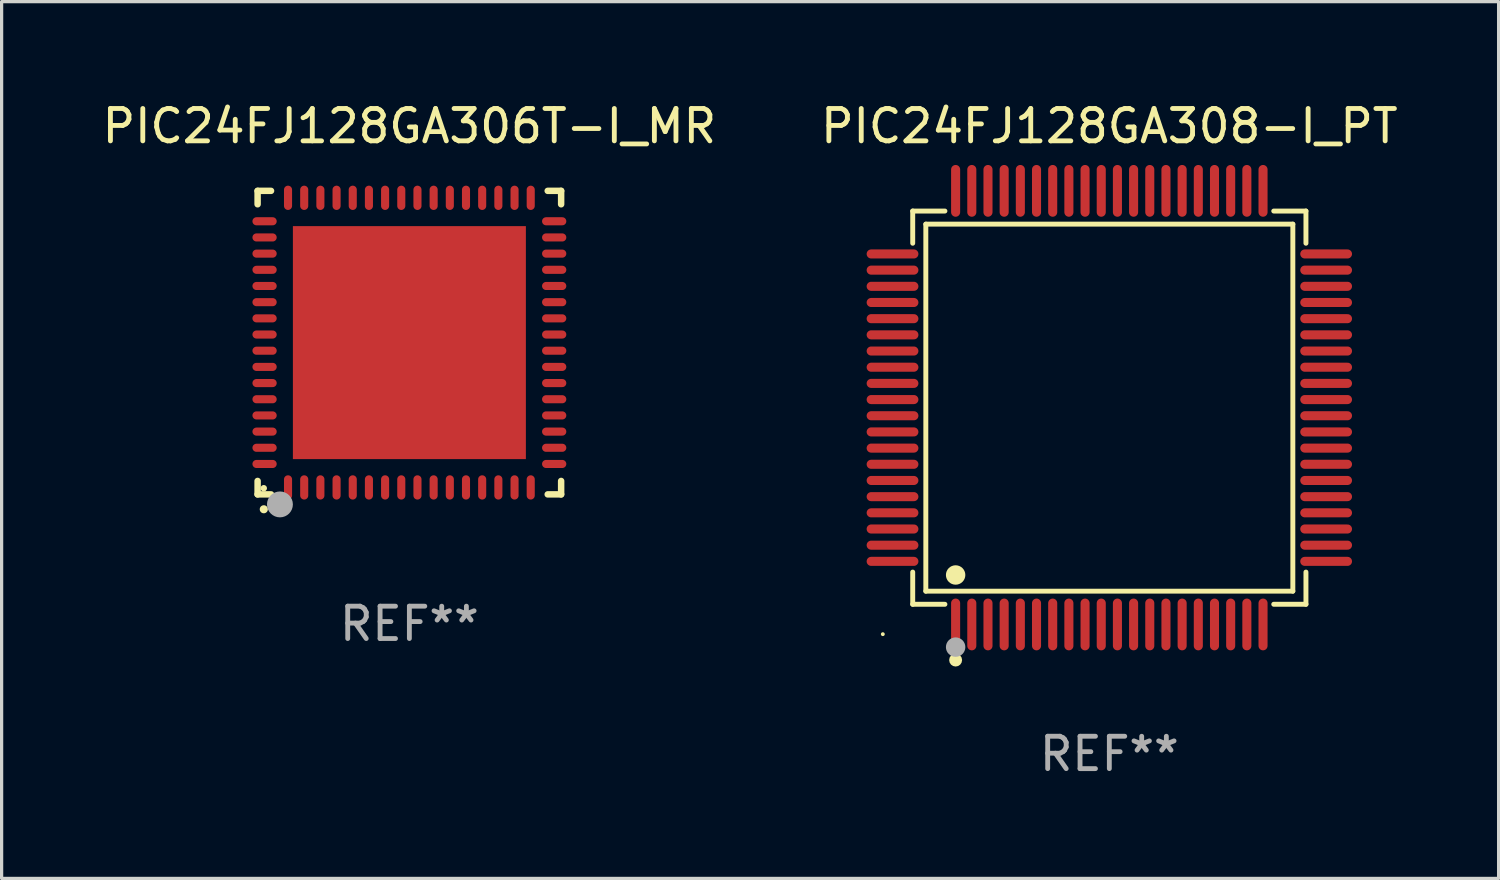
<source format=kicad_pcb>
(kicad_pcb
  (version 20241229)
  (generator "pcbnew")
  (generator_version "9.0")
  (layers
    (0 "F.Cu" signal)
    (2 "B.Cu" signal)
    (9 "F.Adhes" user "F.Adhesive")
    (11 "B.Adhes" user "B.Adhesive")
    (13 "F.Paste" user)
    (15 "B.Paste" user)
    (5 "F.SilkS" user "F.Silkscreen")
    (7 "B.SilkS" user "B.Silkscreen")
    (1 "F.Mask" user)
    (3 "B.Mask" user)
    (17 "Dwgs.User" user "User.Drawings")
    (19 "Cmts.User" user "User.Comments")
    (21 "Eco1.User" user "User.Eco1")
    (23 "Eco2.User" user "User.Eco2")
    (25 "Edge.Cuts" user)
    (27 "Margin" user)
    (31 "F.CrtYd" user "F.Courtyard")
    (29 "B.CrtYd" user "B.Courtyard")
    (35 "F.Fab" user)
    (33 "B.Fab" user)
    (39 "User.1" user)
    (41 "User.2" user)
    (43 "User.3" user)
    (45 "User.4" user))
  (footprint "PIC24FJ128GA308-I_PT"
    (layer "F.Cu")
    (at 31.232 9.548)
    (property "Reference" "PIC24FJ128GA308-I_PT" (at 0 -8.7 0) (layer "F.SilkS") (effects (font (size 1 1) (thickness 0.15))))
    (attr through_hole)
    (fp_line (start -6.076 -6.076) (end -5.081 -6.076) (stroke (width 0.152) (type solid)) (layer "F.SilkS"))
    (fp_line (start -6.076 -5.081) (end -6.076 -6.076) (stroke (width 0.152) (type solid)) (layer "F.SilkS"))
    (fp_line (start -6.076 5.081) (end -6.076 6.076) (stroke (width 0.152) (type solid)) (layer "F.SilkS"))
    (fp_line (start -6.076 6.076) (end -5.081 6.076) (stroke (width 0.152) (type solid)) (layer "F.SilkS"))
    (fp_line (start -5.671 -5.671) (end 5.671 -5.671) (stroke (width 0.152) (type solid)) (layer "F.SilkS"))
    (fp_line (start -5.671 5.671) (end -5.671 -5.671) (stroke (width 0.152) (type solid)) (layer "F.SilkS"))
    (fp_line (start 5.671 -5.671) (end 5.671 5.671) (stroke (width 0.152) (type solid)) (layer "F.SilkS"))
    (fp_line (start 5.671 5.671) (end -5.671 5.671) (stroke (width 0.152) (type solid)) (layer "F.SilkS"))
    (fp_line (start 6.076 -6.076) (end 5.081 -6.076) (stroke (width 0.152) (type solid)) (layer "F.SilkS"))
    (fp_line (start 6.076 -5.081) (end 6.076 -6.076) (stroke (width 0.152) (type solid)) (layer "F.SilkS"))
    (fp_line (start 6.076 5.081) (end 6.076 6.076) (stroke (width 0.152) (type solid)) (layer "F.SilkS"))
    (fp_line (start 6.076 6.076) (end 5.081 6.076) (stroke (width 0.152) (type solid)) (layer "F.SilkS"))
    (fp_circle (center -7 7) (end -6.97 7) (stroke (width 0.06) (type solid)) (fill no) (layer "F.SilkS"))
    (fp_circle (center -4.75 5.171) (end -4.6 5.171) (stroke (width 0.3) (type solid)) (fill no) (layer "F.SilkS"))
    (fp_circle (center -4.75 7.8) (end -4.65 7.8) (stroke (width 0.2) (type solid)) (fill no) (layer "F.SilkS"))
    (fp_circle (center -4.75 7.4) (end -4.6 7.4) (stroke (width 0.3) (type solid)) (fill no) (layer "F.Fab"))
    (fp_text user "REF**" (at 0 10.7 0) (layer "F.Fab") (effects (font (size 1 1) (thickness 0.15))))
    (pad "1" smd oval (at -4.75 6.7) (size 0.28 1.6) (layers "F.Cu" "F.Mask" "F.Paste"))
    (pad "2" smd oval (at -4.25 6.7) (size 0.28 1.6) (layers "F.Cu" "F.Mask" "F.Paste"))
    (pad "3" smd oval (at -3.75 6.7) (size 0.28 1.6) (layers "F.Cu" "F.Mask" "F.Paste"))
    (pad "4" smd oval (at -3.25 6.7) (size 0.28 1.6) (layers "F.Cu" "F.Mask" "F.Paste"))
    (pad "5" smd oval (at -2.75 6.7) (size 0.28 1.6) (layers "F.Cu" "F.Mask" "F.Paste"))
    (pad "6" smd oval (at -2.25 6.7) (size 0.28 1.6) (layers "F.Cu" "F.Mask" "F.Paste"))
    (pad "7" smd oval (at -1.75 6.7) (size 0.28 1.6) (layers "F.Cu" "F.Mask" "F.Paste"))
    (pad "8" smd oval (at -1.25 6.7) (size 0.28 1.6) (layers "F.Cu" "F.Mask" "F.Paste"))
    (pad "9" smd oval (at -0.75 6.7) (size 0.28 1.6) (layers "F.Cu" "F.Mask" "F.Paste"))
    (pad "10" smd oval (at -0.25 6.7) (size 0.28 1.6) (layers "F.Cu" "F.Mask" "F.Paste"))
    (pad "11" smd oval (at 0.25 6.7) (size 0.28 1.6) (layers "F.Cu" "F.Mask" "F.Paste"))
    (pad "12" smd oval (at 0.75 6.7) (size 0.28 1.6) (layers "F.Cu" "F.Mask" "F.Paste"))
    (pad "13" smd oval (at 1.25 6.7) (size 0.28 1.6) (layers "F.Cu" "F.Mask" "F.Paste"))
    (pad "14" smd oval (at 1.75 6.7) (size 0.28 1.6) (layers "F.Cu" "F.Mask" "F.Paste"))
    (pad "15" smd oval (at 2.25 6.7) (size 0.28 1.6) (layers "F.Cu" "F.Mask" "F.Paste"))
    (pad "16" smd oval (at 2.75 6.7) (size 0.28 1.6) (layers "F.Cu" "F.Mask" "F.Paste"))
    (pad "17" smd oval (at 3.25 6.7) (size 0.28 1.6) (layers "F.Cu" "F.Mask" "F.Paste"))
    (pad "18" smd oval (at 3.75 6.7) (size 0.28 1.6) (layers "F.Cu" "F.Mask" "F.Paste"))
    (pad "19" smd oval (at 4.25 6.7) (size 0.28 1.6) (layers "F.Cu" "F.Mask" "F.Paste"))
    (pad "20" smd oval (at 4.75 6.7) (size 0.28 1.6) (layers "F.Cu" "F.Mask" "F.Paste"))
    (pad "21" smd oval (at 6.7 4.75) (size 1.6 0.28) (layers "F.Cu" "F.Mask" "F.Paste"))
    (pad "22" smd oval (at 6.7 4.25) (size 1.6 0.28) (layers "F.Cu" "F.Mask" "F.Paste"))
    (pad "23" smd oval (at 6.7 3.75) (size 1.6 0.28) (layers "F.Cu" "F.Mask" "F.Paste"))
    (pad "24" smd oval (at 6.7 3.25) (size 1.6 0.28) (layers "F.Cu" "F.Mask" "F.Paste"))
    (pad "25" smd oval (at 6.7 2.75) (size 1.6 0.28) (layers "F.Cu" "F.Mask" "F.Paste"))
    (pad "26" smd oval (at 6.7 2.25) (size 1.6 0.28) (layers "F.Cu" "F.Mask" "F.Paste"))
    (pad "27" smd oval (at 6.7 1.75) (size 1.6 0.28) (layers "F.Cu" "F.Mask" "F.Paste"))
    (pad "28" smd oval (at 6.7 1.25) (size 1.6 0.28) (layers "F.Cu" "F.Mask" "F.Paste"))
    (pad "29" smd oval (at 6.7 0.75) (size 1.6 0.28) (layers "F.Cu" "F.Mask" "F.Paste"))
    (pad "30" smd oval (at 6.7 0.25) (size 1.6 0.28) (layers "F.Cu" "F.Mask" "F.Paste"))
    (pad "31" smd oval (at 6.7 -0.25) (size 1.6 0.28) (layers "F.Cu" "F.Mask" "F.Paste"))
    (pad "32" smd oval (at 6.7 -0.75) (size 1.6 0.28) (layers "F.Cu" "F.Mask" "F.Paste"))
    (pad "33" smd oval (at 6.7 -1.25) (size 1.6 0.28) (layers "F.Cu" "F.Mask" "F.Paste"))
    (pad "34" smd oval (at 6.7 -1.75) (size 1.6 0.28) (layers "F.Cu" "F.Mask" "F.Paste"))
    (pad "35" smd oval (at 6.7 -2.25) (size 1.6 0.28) (layers "F.Cu" "F.Mask" "F.Paste"))
    (pad "36" smd oval (at 6.7 -2.75) (size 1.6 0.28) (layers "F.Cu" "F.Mask" "F.Paste"))
    (pad "37" smd oval (at 6.7 -3.25) (size 1.6 0.28) (layers "F.Cu" "F.Mask" "F.Paste"))
    (pad "38" smd oval (at 6.7 -3.75) (size 1.6 0.28) (layers "F.Cu" "F.Mask" "F.Paste"))
    (pad "39" smd oval (at 6.7 -4.25) (size 1.6 0.28) (layers "F.Cu" "F.Mask" "F.Paste"))
    (pad "40" smd oval (at 6.7 -4.75) (size 1.6 0.28) (layers "F.Cu" "F.Mask" "F.Paste"))
    (pad "41" smd oval (at 4.75 -6.7) (size 0.28 1.6) (layers "F.Cu" "F.Mask" "F.Paste"))
    (pad "42" smd oval (at 4.25 -6.7) (size 0.28 1.6) (layers "F.Cu" "F.Mask" "F.Paste"))
    (pad "43" smd oval (at 3.75 -6.7) (size 0.28 1.6) (layers "F.Cu" "F.Mask" "F.Paste"))
    (pad "44" smd oval (at 3.25 -6.7) (size 0.28 1.6) (layers "F.Cu" "F.Mask" "F.Paste"))
    (pad "45" smd oval (at 2.75 -6.7) (size 0.28 1.6) (layers "F.Cu" "F.Mask" "F.Paste"))
    (pad "46" smd oval (at 2.25 -6.7) (size 0.28 1.6) (layers "F.Cu" "F.Mask" "F.Paste"))
    (pad "47" smd oval (at 1.75 -6.7) (size 0.28 1.6) (layers "F.Cu" "F.Mask" "F.Paste"))
    (pad "48" smd oval (at 1.25 -6.7) (size 0.28 1.6) (layers "F.Cu" "F.Mask" "F.Paste"))
    (pad "49" smd oval (at 0.75 -6.7) (size 0.28 1.6) (layers "F.Cu" "F.Mask" "F.Paste"))
    (pad "50" smd oval (at 0.25 -6.7) (size 0.28 1.6) (layers "F.Cu" "F.Mask" "F.Paste"))
    (pad "51" smd oval (at -0.25 -6.7) (size 0.28 1.6) (layers "F.Cu" "F.Mask" "F.Paste"))
    (pad "52" smd oval (at -0.75 -6.7) (size 0.28 1.6) (layers "F.Cu" "F.Mask" "F.Paste"))
    (pad "53" smd oval (at -1.25 -6.7) (size 0.28 1.6) (layers "F.Cu" "F.Mask" "F.Paste"))
    (pad "54" smd oval (at -1.75 -6.7) (size 0.28 1.6) (layers "F.Cu" "F.Mask" "F.Paste"))
    (pad "55" smd oval (at -2.25 -6.7) (size 0.28 1.6) (layers "F.Cu" "F.Mask" "F.Paste"))
    (pad "56" smd oval (at -2.75 -6.7) (size 0.28 1.6) (layers "F.Cu" "F.Mask" "F.Paste"))
    (pad "57" smd oval (at -3.25 -6.7) (size 0.28 1.6) (layers "F.Cu" "F.Mask" "F.Paste"))
    (pad "58" smd oval (at -3.75 -6.7) (size 0.28 1.6) (layers "F.Cu" "F.Mask" "F.Paste"))
    (pad "59" smd oval (at -4.25 -6.7) (size 0.28 1.6) (layers "F.Cu" "F.Mask" "F.Paste"))
    (pad "60" smd oval (at -4.75 -6.7) (size 0.28 1.6) (layers "F.Cu" "F.Mask" "F.Paste"))
    (pad "61" smd oval (at -6.7 -4.75) (size 1.6 0.28) (layers "F.Cu" "F.Mask" "F.Paste"))
    (pad "62" smd oval (at -6.7 -4.25) (size 1.6 0.28) (layers "F.Cu" "F.Mask" "F.Paste"))
    (pad "63" smd oval (at -6.7 -3.75) (size 1.6 0.28) (layers "F.Cu" "F.Mask" "F.Paste"))
    (pad "64" smd oval (at -6.7 -3.25) (size 1.6 0.28) (layers "F.Cu" "F.Mask" "F.Paste"))
    (pad "65" smd oval (at -6.7 -2.75) (size 1.6 0.28) (layers "F.Cu" "F.Mask" "F.Paste"))
    (pad "66" smd oval (at -6.7 -2.25) (size 1.6 0.28) (layers "F.Cu" "F.Mask" "F.Paste"))
    (pad "67" smd oval (at -6.7 -1.75) (size 1.6 0.28) (layers "F.Cu" "F.Mask" "F.Paste"))
    (pad "68" smd oval (at -6.7 -1.25) (size 1.6 0.28) (layers "F.Cu" "F.Mask" "F.Paste"))
    (pad "69" smd oval (at -6.7 -0.75) (size 1.6 0.28) (layers "F.Cu" "F.Mask" "F.Paste"))
    (pad "70" smd oval (at -6.7 -0.25) (size 1.6 0.28) (layers "F.Cu" "F.Mask" "F.Paste"))
    (pad "71" smd oval (at -6.7 0.25) (size 1.6 0.28) (layers "F.Cu" "F.Mask" "F.Paste"))
    (pad "72" smd oval (at -6.7 0.75) (size 1.6 0.28) (layers "F.Cu" "F.Mask" "F.Paste"))
    (pad "73" smd oval (at -6.7 1.25) (size 1.6 0.28) (layers "F.Cu" "F.Mask" "F.Paste"))
    (pad "74" smd oval (at -6.7 1.75) (size 1.6 0.28) (layers "F.Cu" "F.Mask" "F.Paste"))
    (pad "75" smd oval (at -6.7 2.25) (size 1.6 0.28) (layers "F.Cu" "F.Mask" "F.Paste"))
    (pad "76" smd oval (at -6.7 2.75) (size 1.6 0.28) (layers "F.Cu" "F.Mask" "F.Paste"))
    (pad "77" smd oval (at -6.7 3.25) (size 1.6 0.28) (layers "F.Cu" "F.Mask" "F.Paste"))
    (pad "78" smd oval (at -6.7 3.75) (size 1.6 0.28) (layers "F.Cu" "F.Mask" "F.Paste"))
    (pad "79" smd oval (at -6.7 4.25) (size 1.6 0.28) (layers "F.Cu" "F.Mask" "F.Paste"))
    (pad "80" smd oval (at -6.7 4.75) (size 1.6 0.28) (layers "F.Cu" "F.Mask" "F.Paste")))
  (footprint "PIC24FJ128GA306T-I_MR"
    (layer "F.Cu")
    (at 9.601 7.538)
    (property "Reference" "PIC24FJ128GA306T-I_MR" (at 0 -6.69 0) (layer "F.SilkS") (effects (font (size 1 1) (thickness 0.15))))
    (attr through_hole)
    (fp_line (start -4.69 -4.69) (end -4.275 -4.69) (stroke (width 0.2) (type solid)) (layer "F.SilkS"))
    (fp_line (start -4.69 -4.275) (end -4.69 -4.69) (stroke (width 0.2) (type solid)) (layer "F.SilkS"))
    (fp_line (start -4.69 4.69) (end -4.69 4.275) (stroke (width 0.2) (type solid)) (layer "F.SilkS"))
    (fp_line (start -4.275 4.69) (end -4.69 4.69) (stroke (width 0.2) (type solid)) (layer "F.SilkS"))
    (fp_line (start 4.275 4.69) (end 4.69 4.69) (stroke (width 0.2) (type solid)) (layer "F.SilkS"))
    (fp_line (start 4.69 -4.69) (end 4.275 -4.69) (stroke (width 0.2) (type solid)) (layer "F.SilkS"))
    (fp_line (start 4.69 -4.275) (end 4.69 -4.69) (stroke (width 0.2) (type solid)) (layer "F.SilkS"))
    (fp_line (start 4.69 4.69) (end 4.69 4.275) (stroke (width 0.2) (type solid)) (layer "F.SilkS"))
    (fp_arc (start -4.499886 5.15) (mid -4.498616 5.149994) (end -4.497346 5.15) (stroke (width 0.24892) (type solid)) (layer "F.SilkS"))
    (fp_circle (center -4.5 4.5) (end -4.45 4.5) (stroke (width 0.1) (type solid)) (fill no) (layer "F.SilkS"))
    (fp_circle (center -4 5) (end -3.8 5) (stroke (width 0.4) (type solid)) (fill no) (layer "F.Fab"))
    (fp_text user "REF**" (at 0 8.69 0) (layer "F.Fab") (effects (font (size 1 1) (thickness 0.15))))
    (pad "1" smd oval (at -3.75 4.475) (size 0.25 0.75) (layers "F.Cu" "F.Mask" "F.Paste"))
    (pad "2" smd oval (at -3.25 4.475) (size 0.25 0.75) (layers "F.Cu" "F.Mask" "F.Paste"))
    (pad "3" smd oval (at -2.75 4.475) (size 0.25 0.75) (layers "F.Cu" "F.Mask" "F.Paste"))
    (pad "4" smd oval (at -2.25 4.475) (size 0.25 0.75) (layers "F.Cu" "F.Mask" "F.Paste"))
    (pad "5" smd oval (at -1.75 4.475) (size 0.25 0.75) (layers "F.Cu" "F.Mask" "F.Paste"))
    (pad "6" smd oval (at -1.25 4.475) (size 0.25 0.75) (layers "F.Cu" "F.Mask" "F.Paste"))
    (pad "7" smd oval (at -0.75 4.475) (size 0.25 0.75) (layers "F.Cu" "F.Mask" "F.Paste"))
    (pad "8" smd oval (at -0.25 4.475) (size 0.25 0.75) (layers "F.Cu" "F.Mask" "F.Paste"))
    (pad "9" smd oval (at 0.25 4.475) (size 0.25 0.75) (layers "F.Cu" "F.Mask" "F.Paste"))
    (pad "10" smd oval (at 0.75 4.475) (size 0.25 0.75) (layers "F.Cu" "F.Mask" "F.Paste"))
    (pad "11" smd oval (at 1.25 4.475) (size 0.25 0.75) (layers "F.Cu" "F.Mask" "F.Paste"))
    (pad "12" smd oval (at 1.75 4.475) (size 0.25 0.75) (layers "F.Cu" "F.Mask" "F.Paste"))
    (pad "13" smd oval (at 2.25 4.475) (size 0.25 0.75) (layers "F.Cu" "F.Mask" "F.Paste"))
    (pad "14" smd oval (at 2.75 4.475) (size 0.25 0.75) (layers "F.Cu" "F.Mask" "F.Paste"))
    (pad "15" smd oval (at 3.25 4.475) (size 0.25 0.75) (layers "F.Cu" "F.Mask" "F.Paste"))
    (pad "16" smd oval (at 3.75 4.475) (size 0.25 0.75) (layers "F.Cu" "F.Mask" "F.Paste"))
    (pad "17" smd oval (at 4.475 3.75) (size 0.75 0.25) (layers "F.Cu" "F.Mask" "F.Paste"))
    (pad "18" smd oval (at 4.475 3.25) (size 0.75 0.25) (layers "F.Cu" "F.Mask" "F.Paste"))
    (pad "19" smd oval (at 4.475 2.75) (size 0.75 0.25) (layers "F.Cu" "F.Mask" "F.Paste"))
    (pad "20" smd oval (at 4.475 2.25) (size 0.75 0.25) (layers "F.Cu" "F.Mask" "F.Paste"))
    (pad "21" smd oval (at 4.475 1.75) (size 0.75 0.25) (layers "F.Cu" "F.Mask" "F.Paste"))
    (pad "22" smd oval (at 4.475 1.25) (size 0.75 0.25) (layers "F.Cu" "F.Mask" "F.Paste"))
    (pad "23" smd oval (at 4.475 0.75) (size 0.75 0.25) (layers "F.Cu" "F.Mask" "F.Paste"))
    (pad "24" smd oval (at 4.475 0.25) (size 0.75 0.25) (layers "F.Cu" "F.Mask" "F.Paste"))
    (pad "25" smd oval (at 4.475 -0.25) (size 0.75 0.25) (layers "F.Cu" "F.Mask" "F.Paste"))
    (pad "26" smd oval (at 4.475 -0.75) (size 0.75 0.25) (layers "F.Cu" "F.Mask" "F.Paste"))
    (pad "27" smd oval (at 4.475 -1.25) (size 0.75 0.25) (layers "F.Cu" "F.Mask" "F.Paste"))
    (pad "28" smd oval (at 4.475 -1.75) (size 0.75 0.25) (layers "F.Cu" "F.Mask" "F.Paste"))
    (pad "29" smd oval (at 4.475 -2.25) (size 0.75 0.25) (layers "F.Cu" "F.Mask" "F.Paste"))
    (pad "30" smd oval (at 4.475 -2.75) (size 0.75 0.25) (layers "F.Cu" "F.Mask" "F.Paste"))
    (pad "31" smd oval (at 4.475 -3.25) (size 0.75 0.25) (layers "F.Cu" "F.Mask" "F.Paste"))
    (pad "32" smd oval (at 4.475 -3.75) (size 0.75 0.25) (layers "F.Cu" "F.Mask" "F.Paste"))
    (pad "33" smd oval (at 3.75 -4.475) (size 0.25 0.75) (layers "F.Cu" "F.Mask" "F.Paste"))
    (pad "34" smd oval (at 3.25 -4.475) (size 0.25 0.75) (layers "F.Cu" "F.Mask" "F.Paste"))
    (pad "35" smd oval (at 2.75 -4.475) (size 0.25 0.75) (layers "F.Cu" "F.Mask" "F.Paste"))
    (pad "36" smd oval (at 2.25 -4.475) (size 0.25 0.75) (layers "F.Cu" "F.Mask" "F.Paste"))
    (pad "37" smd oval (at 1.75 -4.475) (size 0.25 0.75) (layers "F.Cu" "F.Mask" "F.Paste"))
    (pad "38" smd oval (at 1.25 -4.475) (size 0.25 0.75) (layers "F.Cu" "F.Mask" "F.Paste"))
    (pad "39" smd oval (at 0.75 -4.475) (size 0.25 0.75) (layers "F.Cu" "F.Mask" "F.Paste"))
    (pad "40" smd oval (at 0.25 -4.475) (size 0.25 0.75) (layers "F.Cu" "F.Mask" "F.Paste"))
    (pad "41" smd oval (at -0.25 -4.475) (size 0.25 0.75) (layers "F.Cu" "F.Mask" "F.Paste"))
    (pad "42" smd oval (at -0.75 -4.475) (size 0.25 0.75) (layers "F.Cu" "F.Mask" "F.Paste"))
    (pad "43" smd oval (at -1.25 -4.475) (size 0.25 0.75) (layers "F.Cu" "F.Mask" "F.Paste"))
    (pad "44" smd oval (at -1.75 -4.475) (size 0.25 0.75) (layers "F.Cu" "F.Mask" "F.Paste"))
    (pad "45" smd oval (at -2.25 -4.475) (size 0.25 0.75) (layers "F.Cu" "F.Mask" "F.Paste"))
    (pad "46" smd oval (at -2.75 -4.475) (size 0.25 0.75) (layers "F.Cu" "F.Mask" "F.Paste"))
    (pad "47" smd oval (at -3.25 -4.475) (size 0.25 0.75) (layers "F.Cu" "F.Mask" "F.Paste"))
    (pad "48" smd oval (at -3.75 -4.475) (size 0.25 0.75) (layers "F.Cu" "F.Mask" "F.Paste"))
    (pad "49" smd oval (at -4.475 -3.75) (size 0.75 0.25) (layers "F.Cu" "F.Mask" "F.Paste"))
    (pad "50" smd oval (at -4.475 -3.25) (size 0.75 0.25) (layers "F.Cu" "F.Mask" "F.Paste"))
    (pad "51" smd oval (at -4.475 -2.75) (size 0.75 0.25) (layers "F.Cu" "F.Mask" "F.Paste"))
    (pad "52" smd oval (at -4.475 -2.25) (size 0.75 0.25) (layers "F.Cu" "F.Mask" "F.Paste"))
    (pad "53" smd oval (at -4.475 -1.75) (size 0.75 0.25) (layers "F.Cu" "F.Mask" "F.Paste"))
    (pad "54" smd oval (at -4.475 -1.25) (size 0.75 0.25) (layers "F.Cu" "F.Mask" "F.Paste"))
    (pad "55" smd oval (at -4.475 -0.75) (size 0.75 0.25) (layers "F.Cu" "F.Mask" "F.Paste"))
    (pad "56" smd oval (at -4.475 -0.25) (size 0.75 0.25) (layers "F.Cu" "F.Mask" "F.Paste"))
    (pad "57" smd oval (at -4.475 0.25) (size 0.75 0.25) (layers "F.Cu" "F.Mask" "F.Paste"))
    (pad "58" smd oval (at -4.475 0.75) (size 0.75 0.25) (layers "F.Cu" "F.Mask" "F.Paste"))
    (pad "59" smd oval (at -4.475 1.25) (size 0.75 0.25) (layers "F.Cu" "F.Mask" "F.Paste"))
    (pad "60" smd oval (at -4.475 1.75) (size 0.75 0.25) (layers "F.Cu" "F.Mask" "F.Paste"))
    (pad "61" smd oval (at -4.475 2.25) (size 0.75 0.25) (layers "F.Cu" "F.Mask" "F.Paste"))
    (pad "62" smd oval (at -4.475 2.75) (size 0.75 0.25) (layers "F.Cu" "F.Mask" "F.Paste"))
    (pad "63" smd oval (at -4.475 3.25) (size 0.75 0.25) (layers "F.Cu" "F.Mask" "F.Paste"))
    (pad "64" smd oval (at -4.475 3.75) (size 0.75 0.25) (layers "F.Cu" "F.Mask" "F.Paste"))
    (pad "65" smd rect (at 0.000368 0.000013) (size 7.2 7.2) (layers "F.Cu" "F.Mask" "F.Paste")))
  (gr_rect
    (start -3 -3)
    (end 43.262 24.097)
    (stroke (width 0.1) (type default))
    (fill no)
    (layer "Edge.Cuts")))
</source>
